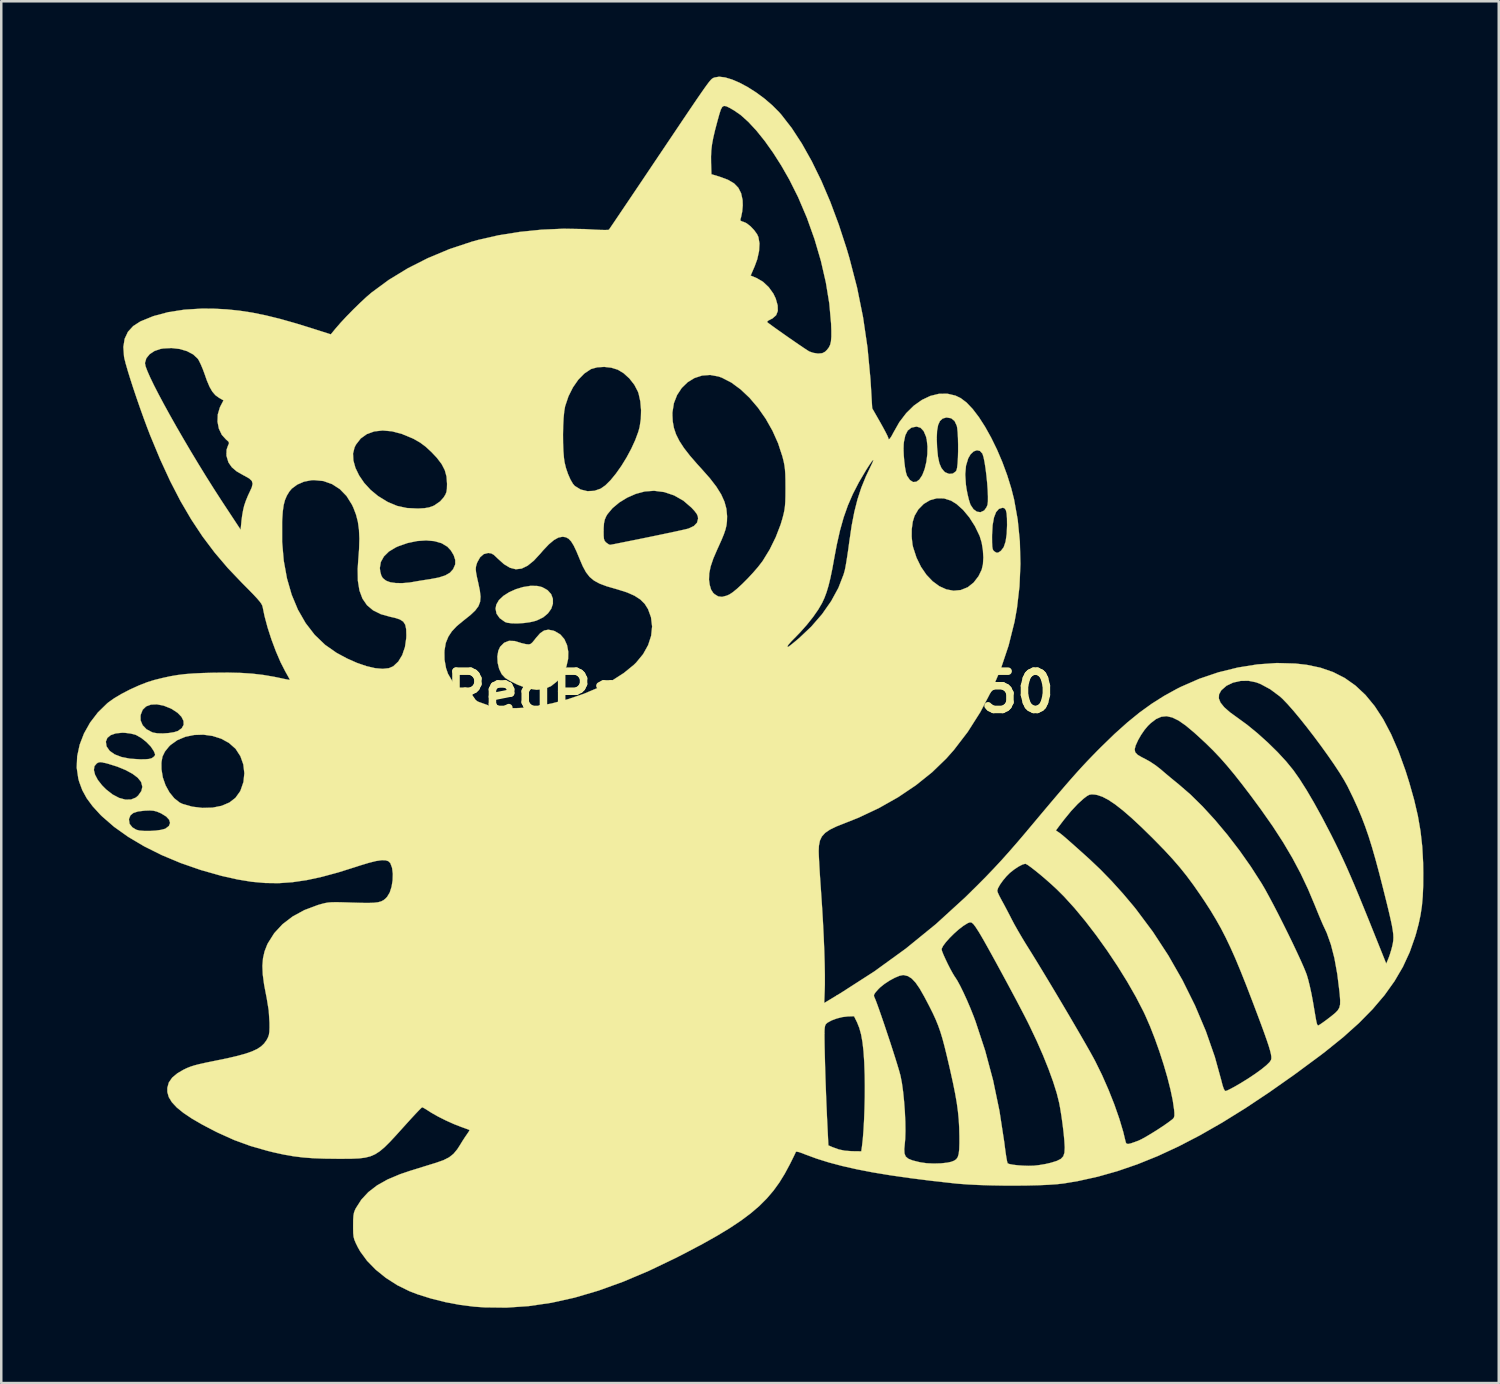
<source format=kicad_pcb>
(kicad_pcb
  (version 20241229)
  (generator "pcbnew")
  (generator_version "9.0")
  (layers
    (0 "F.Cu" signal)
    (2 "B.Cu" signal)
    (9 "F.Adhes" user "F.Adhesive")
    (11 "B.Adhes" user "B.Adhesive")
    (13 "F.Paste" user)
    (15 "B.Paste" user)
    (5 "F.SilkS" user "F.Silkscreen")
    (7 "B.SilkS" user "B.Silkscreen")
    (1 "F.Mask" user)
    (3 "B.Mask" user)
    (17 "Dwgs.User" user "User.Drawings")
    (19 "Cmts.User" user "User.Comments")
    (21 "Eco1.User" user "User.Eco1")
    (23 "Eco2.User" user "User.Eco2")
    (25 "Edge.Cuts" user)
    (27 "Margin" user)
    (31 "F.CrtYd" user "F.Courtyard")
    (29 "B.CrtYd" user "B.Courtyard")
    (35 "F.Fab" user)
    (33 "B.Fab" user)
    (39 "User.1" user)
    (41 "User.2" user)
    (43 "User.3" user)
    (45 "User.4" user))
  (footprint "RedPandaSitting_550"
    (layer "F.Cu")
    (at 26.831 24.516)
    (property "Reference" "RedPandaSitting_550" (at 0 0 0) (layer "F.SilkS") (effects (font (size 1.524 1.524) (thickness 0.3))))
    (attr through_hole)
    (fp_poly (pts (xy -8.493 -4.23) (xy -8.291 -4.183) (xy -8.074 -4.062) (xy -7.931 -3.903) (xy -7.861 -3.718) (xy -7.86 -3.521) (xy -7.926 -3.323) (xy -8.058 -3.138) (xy -8.251 -2.977) (xy -8.504 -2.855) (xy -8.555 -2.838) (xy -8.769 -2.787) (xy -9.012 -2.753) (xy -9.261 -2.737) (xy -9.49 -2.74) (xy -9.673 -2.763) (xy -9.767 -2.794) (xy -9.98 -2.947) (xy -10.106 -3.125) (xy -10.144 -3.325) (xy -10.114 -3.486) (xy -10.01 -3.666) (xy -9.833 -3.833) (xy -9.601 -3.981) (xy -9.332 -4.101) (xy -9.046 -4.187) (xy -8.76 -4.233) (xy -8.493 -4.23)) (stroke (width 0.01) (type solid)) (fill yes) (layer "F.SilkS"))
    (fp_poly (pts (xy -7.846 -2.45) (xy -7.784 -2.428) (xy -7.567 -2.299) (xy -7.404 -2.111) (xy -7.298 -1.875) (xy -7.248 -1.608) (xy -7.255 -1.322) (xy -7.32 -1.033) (xy -7.444 -0.754) (xy -7.627 -0.499) (xy -7.685 -0.439) (xy -7.938 -0.238) (xy -8.211 -0.124) (xy -8.511 -0.093) (xy -8.846 -0.146) (xy -8.959 -0.179) (xy -9.274 -0.3) (xy -9.574 -0.45) (xy -9.761 -0.567) (xy -9.9 -0.716) (xy -10.001 -0.925) (xy -10.06 -1.167) (xy -10.073 -1.417) (xy -10.035 -1.647) (xy -9.962 -1.806) (xy -9.805 -1.965) (xy -9.61 -2.043) (xy -9.387 -2.036) (xy -9.284 -2.006) (xy -9.117 -1.954) (xy -8.952 -1.915) (xy -8.908 -1.908) (xy -8.818 -1.901) (xy -8.75 -1.919) (xy -8.68 -1.977) (xy -8.587 -2.089) (xy -8.537 -2.155) (xy -8.369 -2.346) (xy -8.21 -2.454) (xy -8.042 -2.487) (xy -7.846 -2.45)) (stroke (width 0.01) (type solid)) (fill yes) (layer "F.SilkS"))
    (fp_poly (pts (xy -1.001 -24.482) (xy -0.723 -24.398) (xy -0.416 -24.266) (xy -0.091 -24.091) (xy 0.239 -23.88) (xy 0.564 -23.64) (xy 0.871 -23.377) (xy 1.151 -23.096) (xy 1.233 -23.003) (xy 1.65 -22.467) (xy 2.056 -21.845) (xy 2.45 -21.143) (xy 2.828 -20.369) (xy 3.187 -19.528) (xy 3.523 -18.626) (xy 3.835 -17.671) (xy 3.949 -17.285) (xy 4.253 -16.114) (xy 4.491 -14.935) (xy 4.668 -13.729) (xy 4.786 -12.474) (xy 4.806 -12.156) (xy 4.856 -11.306) (xy 5.176 -10.745) (xy 5.292 -10.537) (xy 5.389 -10.356) (xy 5.459 -10.217) (xy 5.493 -10.136) (xy 5.496 -10.125) (xy 5.512 -10.068) (xy 5.557 -10.093) (xy 5.627 -10.197) (xy 5.699 -10.333) (xy 5.937 -10.752) (xy 6.212 -11.112) (xy 6.514 -11.409) (xy 6.837 -11.638) (xy 7.172 -11.797) (xy 7.512 -11.881) (xy 7.849 -11.886) (xy 8.175 -11.809) (xy 8.381 -11.71) (xy 8.614 -11.534) (xy 8.857 -11.278) (xy 9.106 -10.952) (xy 9.354 -10.566) (xy 9.596 -10.131) (xy 9.827 -9.659) (xy 10.041 -9.158) (xy 10.232 -8.64) (xy 10.395 -8.116) (xy 10.506 -7.679) (xy 10.652 -6.861) (xy 10.737 -5.997) (xy 10.76 -5.107) (xy 10.722 -4.215) (xy 10.621 -3.341) (xy 10.525 -2.804) (xy 10.288 -1.854) (xy 9.979 -0.931) (xy 9.601 -0.044) (xy 9.161 0.797) (xy 8.662 1.582) (xy 8.11 2.302) (xy 7.806 2.645) (xy 7.241 3.191) (xy 6.597 3.707) (xy 5.887 4.185) (xy 5.121 4.618) (xy 4.311 5) (xy 3.775 5.213) (xy 3.434 5.348) (xy 3.173 5.475) (xy 2.982 5.605) (xy 2.852 5.748) (xy 2.773 5.915) (xy 2.734 6.116) (xy 2.725 6.322) (xy 2.728 6.455) (xy 2.738 6.665) (xy 2.752 6.935) (xy 2.771 7.25) (xy 2.794 7.593) (xy 2.819 7.95) (xy 2.819 7.954) (xy 2.86 8.566) (xy 2.896 9.171) (xy 2.925 9.755) (xy 2.948 10.307) (xy 2.963 10.814) (xy 2.971 11.263) (xy 2.971 11.641) (xy 2.965 11.86) (xy 2.945 12.382) (xy 3.417 12.097) (xy 4.924 12.097) (xy 4.944 12.151) (xy 4.985 12.245) (xy 5.049 12.414) (xy 5.132 12.645) (xy 5.229 12.923) (xy 5.336 13.235) (xy 5.447 13.568) (xy 5.56 13.907) (xy 5.668 14.241) (xy 5.768 14.554) (xy 5.855 14.834) (xy 5.925 15.067) (xy 5.973 15.24) (xy 5.985 15.286) (xy 6.04 15.573) (xy 6.088 15.922) (xy 6.127 16.309) (xy 6.157 16.713) (xy 6.175 17.11) (xy 6.18 17.477) (xy 6.171 17.792) (xy 6.156 17.965) (xy 6.134 18.199) (xy 6.142 18.371) (xy 6.191 18.494) (xy 6.294 18.582) (xy 6.462 18.65) (xy 6.706 18.711) (xy 6.789 18.729) (xy 7.03 18.763) (xy 7.311 18.775) (xy 7.596 18.767) (xy 7.85 18.739) (xy 8.001 18.706) (xy 8.117 18.662) (xy 8.203 18.604) (xy 8.263 18.518) (xy 8.301 18.391) (xy 8.322 18.209) (xy 8.33 17.959) (xy 8.329 17.69) (xy 8.321 17.345) (xy 8.303 17.019) (xy 8.271 16.696) (xy 8.225 16.357) (xy 8.16 15.985) (xy 8.075 15.564) (xy 7.967 15.076) (xy 7.936 14.94) (xy 7.831 14.493) (xy 7.74 14.12) (xy 7.656 13.805) (xy 7.573 13.531) (xy 7.485 13.282) (xy 7.387 13.04) (xy 7.273 12.791) (xy 7.136 12.517) (xy 6.971 12.202) (xy 6.929 12.123) (xy 6.748 11.805) (xy 6.584 11.568) (xy 6.43 11.405) (xy 6.278 11.309) (xy 6.121 11.27) (xy 6.081 11.268) (xy 5.942 11.297) (xy 5.758 11.374) (xy 5.553 11.484) (xy 5.351 11.616) (xy 5.177 11.755) (xy 5.108 11.822) (xy 4.994 11.95) (xy 4.936 12.034) (xy 4.924 12.097) (xy 3.417 12.097) (xy 3.609 11.98) (xy 4.938 11.125) (xy 6.15 10.247) (xy 7.62 10.247) (xy 7.641 10.324) (xy 7.696 10.461) (xy 7.776 10.638) (xy 7.869 10.833) (xy 7.967 11.025) (xy 8.06 11.194) (xy 8.135 11.319) (xy 8.157 11.349) (xy 8.248 11.491) (xy 8.363 11.703) (xy 8.493 11.968) (xy 8.63 12.268) (xy 8.766 12.586) (xy 8.894 12.906) (xy 8.972 13.116) (xy 9.355 14.279) (xy 9.671 15.46) (xy 9.924 16.676) (xy 10.119 17.946) (xy 10.138 18.103) (xy 10.169 18.335) (xy 10.199 18.533) (xy 10.227 18.681) (xy 10.248 18.759) (xy 10.252 18.766) (xy 10.323 18.795) (xy 10.464 18.822) (xy 10.652 18.844) (xy 10.866 18.859) (xy 11.083 18.866) (xy 11.28 18.861) (xy 11.291 18.861) (xy 11.507 18.836) (xy 11.756 18.794) (xy 11.968 18.745) (xy 12.207 18.671) (xy 12.369 18.59) (xy 12.466 18.487) (xy 12.513 18.345) (xy 12.524 18.148) (xy 12.523 18.101) (xy 12.509 17.862) (xy 12.481 17.56) (xy 12.441 17.225) (xy 12.394 16.886) (xy 12.343 16.57) (xy 12.304 16.361) (xy 12.206 15.969) (xy 12.062 15.513) (xy 11.878 15.006) (xy 11.659 14.461) (xy 11.409 13.891) (xy 11.133 13.309) (xy 11.052 13.144) (xy 10.927 12.898) (xy 10.773 12.603) (xy 10.598 12.269) (xy 10.406 11.91) (xy 10.206 11.537) (xy 10.003 11.162) (xy 9.804 10.796) (xy 9.615 10.452) (xy 9.443 10.142) (xy 9.294 9.877) (xy 9.174 9.67) (xy 9.091 9.532) (xy 9.088 9.528) (xy 8.969 9.345) (xy 8.882 9.232) (xy 8.812 9.176) (xy 8.746 9.168) (xy 8.667 9.197) (xy 8.647 9.208) (xy 8.485 9.309) (xy 8.303 9.449) (xy 8.117 9.614) (xy 7.942 9.788) (xy 7.791 9.957) (xy 7.68 10.106) (xy 7.624 10.219) (xy 7.62 10.247) (xy 6.15 10.247) (xy 6.198 10.212) (xy 7.399 9.234) (xy 8.548 8.185) (xy 8.677 8.059) (xy 8.83 7.908) (xy 9.837 7.908) (xy 9.858 7.982) (xy 9.916 8.109) (xy 9.997 8.262) (xy 10.003 8.274) (xy 10.097 8.444) (xy 10.213 8.663) (xy 10.335 8.897) (xy 10.402 9.029) (xy 10.516 9.245) (xy 10.664 9.507) (xy 10.827 9.785) (xy 10.987 10.049) (xy 11.014 10.091) (xy 11.2 10.389) (xy 11.414 10.736) (xy 11.649 11.123) (xy 11.899 11.537) (xy 12.158 11.969) (xy 12.418 12.406) (xy 12.674 12.839) (xy 12.918 13.256) (xy 13.146 13.647) (xy 13.349 14) (xy 13.523 14.305) (xy 13.659 14.551) (xy 13.738 14.698) (xy 14.011 15.253) (xy 14.266 15.833) (xy 14.498 16.418) (xy 14.697 16.987) (xy 14.855 17.517) (xy 14.939 17.865) (xy 14.959 17.941) (xy 14.992 17.985) (xy 15.052 17.995) (xy 15.157 17.972) (xy 15.321 17.915) (xy 15.457 17.865) (xy 15.584 17.805) (xy 15.765 17.705) (xy 15.981 17.576) (xy 16.212 17.432) (xy 16.437 17.284) (xy 16.636 17.146) (xy 16.789 17.031) (xy 16.826 17.001) (xy 16.872 16.947) (xy 16.892 16.872) (xy 16.891 16.749) (xy 16.88 16.626) (xy 16.827 16.259) (xy 16.736 15.827) (xy 16.615 15.349) (xy 16.467 14.84) (xy 16.299 14.32) (xy 16.116 13.805) (xy 15.924 13.313) (xy 15.727 12.862) (xy 15.662 12.724) (xy 15.361 12.14) (xy 15.012 11.53) (xy 14.626 10.908) (xy 14.212 10.289) (xy 13.782 9.688) (xy 13.346 9.12) (xy 12.913 8.598) (xy 12.495 8.138) (xy 12.211 7.855) (xy 11.998 7.658) (xy 11.776 7.462) (xy 11.558 7.276) (xy 11.355 7.111) (xy 11.181 6.976) (xy 11.048 6.881) (xy 10.966 6.837) (xy 10.955 6.835) (xy 10.845 6.864) (xy 10.691 6.943) (xy 10.516 7.058) (xy 10.344 7.194) (xy 10.338 7.199) (xy 10.199 7.338) (xy 10.063 7.501) (xy 9.947 7.665) (xy 9.867 7.808) (xy 9.837 7.908) (xy 8.83 7.908) (xy 9.05 7.691) (xy 9.387 7.351) (xy 9.7 7.024) (xy 10.006 6.695) (xy 10.317 6.347) (xy 10.649 5.966) (xy 11.015 5.536) (xy 11.037 5.509) (xy 12.171 5.509) (xy 12.284 5.583) (xy 12.337 5.62) (xy 12.407 5.676) (xy 12.503 5.756) (xy 12.632 5.867) (xy 12.802 6.017) (xy 13.019 6.21) (xy 13.292 6.455) (xy 13.516 6.657) (xy 13.943 7.062) (xy 14.394 7.526) (xy 14.847 8.028) (xy 15.282 8.544) (xy 15.364 8.647) (xy 16.032 9.541) (xy 16.65 10.487) (xy 17.213 11.472) (xy 17.713 12.481) (xy 18.145 13.503) (xy 18.501 14.523) (xy 18.753 15.436) (xy 18.81 15.658) (xy 18.858 15.799) (xy 18.901 15.871) (xy 18.933 15.887) (xy 18.999 15.864) (xy 19.125 15.802) (xy 19.295 15.711) (xy 19.49 15.598) (xy 19.503 15.591) (xy 19.825 15.392) (xy 20.114 15.199) (xy 20.361 15.02) (xy 20.555 14.862) (xy 20.686 14.733) (xy 20.74 14.65) (xy 20.753 14.594) (xy 20.753 14.518) (xy 20.737 14.415) (xy 20.704 14.278) (xy 20.651 14.098) (xy 20.575 13.87) (xy 20.475 13.586) (xy 20.348 13.238) (xy 20.191 12.819) (xy 20.003 12.322) (xy 19.995 12.301) (xy 19.752 11.669) (xy 19.53 11.112) (xy 19.325 10.619) (xy 19.129 10.179) (xy 18.938 9.778) (xy 18.746 9.405) (xy 18.545 9.049) (xy 18.332 8.695) (xy 18.099 8.334) (xy 17.931 8.084) (xy 17.651 7.682) (xy 17.384 7.322) (xy 17.114 6.985) (xy 16.825 6.651) (xy 16.501 6.3) (xy 16.126 5.915) (xy 16.028 5.816) (xy 15.581 5.378) (xy 15.185 5.009) (xy 14.837 4.708) (xy 14.531 4.469) (xy 14.263 4.29) (xy 14.028 4.167) (xy 13.822 4.097) (xy 13.73 4.08) (xy 13.602 4.071) (xy 13.506 4.086) (xy 13.409 4.139) (xy 13.277 4.239) (xy 13.043 4.451) (xy 12.778 4.735) (xy 12.496 5.079) (xy 12.375 5.237) (xy 12.171 5.509) (xy 11.037 5.509) (xy 11.244 5.262) (xy 11.644 4.785) (xy 11.993 4.371) (xy 12.298 4.012) (xy 12.567 3.698) (xy 12.807 3.423) (xy 13.026 3.177) (xy 13.23 2.953) (xy 13.429 2.741) (xy 13.628 2.534) (xy 13.835 2.322) (xy 13.879 2.279) (xy 15.309 2.279) (xy 15.332 2.395) (xy 15.425 2.494) (xy 15.595 2.594) (xy 15.712 2.652) (xy 15.919 2.767) (xy 16.144 2.916) (xy 16.339 3.068) (xy 16.344 3.072) (xy 16.509 3.214) (xy 16.716 3.388) (xy 16.932 3.565) (xy 17.059 3.668) (xy 17.527 4.073) (xy 18.014 4.552) (xy 18.509 5.092) (xy 19.002 5.68) (xy 19.481 6.303) (xy 19.935 6.947) (xy 20.354 7.6) (xy 20.374 7.632) (xy 20.507 7.86) (xy 20.664 8.147) (xy 20.841 8.479) (xy 21.029 8.843) (xy 21.222 9.225) (xy 21.415 9.614) (xy 21.6 9.994) (xy 21.77 10.354) (xy 21.921 10.68) (xy 22.044 10.958) (xy 22.133 11.176) (xy 22.167 11.268) (xy 22.223 11.46) (xy 22.285 11.713) (xy 22.348 12) (xy 22.403 12.291) (xy 22.418 12.377) (xy 22.471 12.692) (xy 22.511 12.927) (xy 22.541 13.093) (xy 22.566 13.199) (xy 22.589 13.256) (xy 22.614 13.275) (xy 22.644 13.266) (xy 22.683 13.24) (xy 22.711 13.222) (xy 22.81 13.154) (xy 22.952 13.051) (xy 23.106 12.933) (xy 23.116 12.926) (xy 23.278 12.794) (xy 23.39 12.684) (xy 23.458 12.574) (xy 23.491 12.443) (xy 23.494 12.27) (xy 23.477 12.035) (xy 23.466 11.928) (xy 23.379 11.225) (xy 23.266 10.599) (xy 23.126 10.055) (xy 22.962 9.594) (xy 22.872 9.399) (xy 22.813 9.274) (xy 22.731 9.085) (xy 22.634 8.854) (xy 22.531 8.601) (xy 22.485 8.487) (xy 22.213 7.841) (xy 21.918 7.218) (xy 21.591 6.603) (xy 21.224 5.982) (xy 20.809 5.342) (xy 20.336 4.668) (xy 19.942 4.133) (xy 19.591 3.673) (xy 19.278 3.276) (xy 18.989 2.928) (xy 18.713 2.615) (xy 18.436 2.323) (xy 18.146 2.038) (xy 17.83 1.746) (xy 17.668 1.6) (xy 17.342 1.328) (xy 17.059 1.131) (xy 16.808 1.009) (xy 16.582 0.958) (xy 16.37 0.98) (xy 16.163 1.071) (xy 15.952 1.232) (xy 15.834 1.346) (xy 15.702 1.504) (xy 15.564 1.705) (xy 15.448 1.907) (xy 15.443 1.918) (xy 15.348 2.126) (xy 15.309 2.279) (xy 13.879 2.279) (xy 13.967 2.19) (xy 14.509 1.664) (xy 15.019 1.207) (xy 15.508 0.809) (xy 15.991 0.461) (xy 16.326 0.249) (xy 18.661 0.249) (xy 18.728 0.417) (xy 18.876 0.601) (xy 19.106 0.804) (xy 19.406 1.021) (xy 19.793 1.303) (xy 20.201 1.637) (xy 20.609 2.004) (xy 20.997 2.384) (xy 21.344 2.76) (xy 21.63 3.11) (xy 21.63 3.11) (xy 21.88 3.466) (xy 22.156 3.901) (xy 22.453 4.407) (xy 22.767 4.976) (xy 23.093 5.601) (xy 23.134 5.68) (xy 23.295 6.002) (xy 23.446 6.312) (xy 23.592 6.622) (xy 23.739 6.943) (xy 23.89 7.287) (xy 24.052 7.664) (xy 24.228 8.085) (xy 24.424 8.564) (xy 24.646 9.11) (xy 24.805 9.507) (xy 25.329 10.813) (xy 25.414 10.613) (xy 25.471 10.457) (xy 25.531 10.26) (xy 25.569 10.114) (xy 25.593 10) (xy 25.609 9.89) (xy 25.614 9.775) (xy 25.609 9.644) (xy 25.589 9.487) (xy 25.556 9.293) (xy 25.505 9.054) (xy 25.437 8.758) (xy 25.349 8.395) (xy 25.239 7.956) (xy 25.21 7.839) (xy 25.051 7.215) (xy 24.904 6.668) (xy 24.765 6.184) (xy 24.629 5.748) (xy 24.49 5.347) (xy 24.345 4.967) (xy 24.188 4.594) (xy 24.015 4.214) (xy 23.819 3.813) (xy 23.786 3.745) (xy 23.651 3.502) (xy 23.47 3.207) (xy 23.25 2.874) (xy 23 2.514) (xy 22.731 2.14) (xy 22.45 1.763) (xy 22.167 1.396) (xy 21.892 1.051) (xy 21.633 0.74) (xy 21.399 0.475) (xy 21.2 0.268) (xy 21.095 0.172) (xy 20.71 -0.115) (xy 20.328 -0.321) (xy 20.141 -0.393) (xy 19.836 -0.453) (xy 19.525 -0.447) (xy 19.229 -0.38) (xy 18.969 -0.256) (xy 18.767 -0.08) (xy 18.753 -0.063) (xy 18.67 0.09) (xy 18.661 0.249) (xy 16.326 0.249) (xy 16.481 0.151) (xy 16.992 -0.131) (xy 17.149 -0.21) (xy 17.879 -0.53) (xy 18.64 -0.788) (xy 19.419 -0.98) (xy 20.2 -1.105) (xy 20.968 -1.159) (xy 21.71 -1.139) (xy 22.167 -1.087) (xy 22.711 -0.973) (xy 23.213 -0.799) (xy 23.677 -0.563) (xy 24.105 -0.26) (xy 24.501 0.111) (xy 24.867 0.555) (xy 25.207 1.075) (xy 25.522 1.674) (xy 25.818 2.356) (xy 26.095 3.124) (xy 26.246 3.602) (xy 26.44 4.289) (xy 26.588 4.925) (xy 26.694 5.537) (xy 26.763 6.151) (xy 26.798 6.794) (xy 26.804 7.204) (xy 26.801 7.702) (xy 26.783 8.132) (xy 26.749 8.515) (xy 26.695 8.874) (xy 26.619 9.233) (xy 26.517 9.614) (xy 26.478 9.744) (xy 26.264 10.353) (xy 25.993 10.94) (xy 25.659 11.51) (xy 25.259 12.07) (xy 24.787 12.625) (xy 24.24 13.181) (xy 23.612 13.744) (xy 22.9 14.318) (xy 22.719 14.457) (xy 21.668 15.234) (xy 20.666 15.939) (xy 19.71 16.575) (xy 18.793 17.144) (xy 17.91 17.649) (xy 17.057 18.092) (xy 16.229 18.476) (xy 15.419 18.803) (xy 14.624 19.076) (xy 13.838 19.298) (xy 13.056 19.471) (xy 12.492 19.566) (xy 12.22 19.597) (xy 11.872 19.621) (xy 11.464 19.639) (xy 11.012 19.65) (xy 10.532 19.654) (xy 10.04 19.652) (xy 9.552 19.643) (xy 9.085 19.628) (xy 8.653 19.606) (xy 8.274 19.578) (xy 8.151 19.566) (xy 7.211 19.461) (xy 6.357 19.353) (xy 5.581 19.242) (xy 4.878 19.126) (xy 4.239 19.002) (xy 3.66 18.871) (xy 3.132 18.731) (xy 2.649 18.58) (xy 2.204 18.417) (xy 2.082 18.368) (xy 1.94 18.318) (xy 1.844 18.3) (xy 1.816 18.311) (xy 1.79 18.369) (xy 1.731 18.491) (xy 1.65 18.656) (xy 1.578 18.8) (xy 1.374 19.18) (xy 1.158 19.531) (xy 0.921 19.858) (xy 0.657 20.167) (xy 0.359 20.465) (xy 0.02 20.755) (xy -0.367 21.045) (xy -0.809 21.34) (xy -1.312 21.645) (xy -1.884 21.967) (xy -2.532 22.31) (xy -2.979 22.539) (xy -4.041 23.048) (xy -5.062 23.48) (xy -6.045 23.835) (xy -6.996 24.115) (xy -7.921 24.32) (xy -8.824 24.452) (xy -9.711 24.513) (xy -10.587 24.503) (xy -10.999 24.474) (xy -11.562 24.403) (xy -12.145 24.293) (xy -12.719 24.149) (xy -13.254 23.981) (xy -13.577 23.856) (xy -14.06 23.618) (xy -14.51 23.33) (xy -14.915 23.003) (xy -15.261 22.649) (xy -15.533 22.279) (xy -15.633 22.102) (xy -15.715 21.935) (xy -15.768 21.807) (xy -15.799 21.689) (xy -15.813 21.55) (xy -15.817 21.363) (xy -15.817 21.248) (xy -15.815 21.017) (xy -15.804 20.852) (xy -15.782 20.73) (xy -15.744 20.626) (xy -15.707 20.551) (xy -15.489 20.212) (xy -15.21 19.912) (xy -14.865 19.646) (xy -14.446 19.41) (xy -13.948 19.2) (xy -13.564 19.07) (xy -13.289 18.985) (xy -12.997 18.894) (xy -12.723 18.809) (xy -12.511 18.744) (xy -12.219 18.641) (xy -11.996 18.528) (xy -11.82 18.389) (xy -11.668 18.206) (xy -11.564 18.044) (xy -11.46 17.874) (xy -11.355 17.713) (xy -11.28 17.604) (xy -11.213 17.506) (xy -11.182 17.446) (xy -11.183 17.439) (xy -11.231 17.418) (xy -11.343 17.377) (xy -11.494 17.322) (xy -11.499 17.321) (xy -11.802 17.203) (xy -12.126 17.057) (xy -12.438 16.9) (xy -12.706 16.748) (xy -12.785 16.697) (xy -12.918 16.612) (xy -13.021 16.553) (xy -13.068 16.533) (xy -13.108 16.566) (xy -13.2 16.658) (xy -13.335 16.8) (xy -13.504 16.982) (xy -13.697 17.195) (xy -13.809 17.319) (xy -14.105 17.647) (xy -14.352 17.913) (xy -14.565 18.124) (xy -14.756 18.285) (xy -14.94 18.404) (xy -15.129 18.486) (xy -15.338 18.539) (xy -15.579 18.569) (xy -15.867 18.582) (xy -16.215 18.585) (xy -16.441 18.585) (xy -16.962 18.579) (xy -17.414 18.562) (xy -17.82 18.531) (xy -18.203 18.483) (xy -18.585 18.416) (xy -18.99 18.327) (xy -19.228 18.268) (xy -19.909 18.073) (xy -20.551 17.839) (xy -21.195 17.549) (xy -21.307 17.494) (xy -21.815 17.229) (xy -22.239 16.983) (xy -22.58 16.754) (xy -22.845 16.538) (xy -23.037 16.33) (xy -23.159 16.128) (xy -23.216 15.927) (xy -23.217 15.761) (xy -23.157 15.546) (xy -23.024 15.354) (xy -22.812 15.177) (xy -22.576 15.04) (xy -22.438 14.973) (xy -22.295 14.916) (xy -22.132 14.864) (xy -21.93 14.812) (xy -21.673 14.755) (xy -21.343 14.688) (xy -21.31 14.681) (xy -20.83 14.583) (xy -20.433 14.49) (xy -20.109 14.401) (xy -19.85 14.311) (xy -19.645 14.216) (xy -19.485 14.112) (xy -19.363 13.996) (xy -19.267 13.864) (xy -19.255 13.844) (xy -19.204 13.744) (xy -19.171 13.647) (xy -19.165 13.608) (xy 2.955 13.608) (xy 2.956 13.813) (xy 2.96 14.086) (xy 2.968 14.438) (xy 2.97 14.513) (xy 2.981 14.929) (xy 2.995 15.398) (xy 3.013 15.886) (xy 3.031 16.359) (xy 3.05 16.782) (xy 3.054 16.888) (xy 3.111 18.051) (xy 3.276 18.122) (xy 3.523 18.212) (xy 3.767 18.263) (xy 4.051 18.283) (xy 4.093 18.284) (xy 4.421 18.288) (xy 4.449 18.092) (xy 4.482 17.805) (xy 4.51 17.445) (xy 4.533 17.033) (xy 4.55 16.587) (xy 4.561 16.127) (xy 4.563 15.674) (xy 4.558 15.263) (xy 4.54 14.746) (xy 4.511 14.309) (xy 4.47 13.943) (xy 4.415 13.636) (xy 4.344 13.377) (xy 4.256 13.156) (xy 4.24 13.123) (xy 4.133 12.908) (xy 3.879 12.916) (xy 3.669 12.941) (xy 3.446 12.997) (xy 3.241 13.073) (xy 3.082 13.16) (xy 3.024 13.209) (xy 2.999 13.243) (xy 2.98 13.288) (xy 2.967 13.357) (xy 2.958 13.46) (xy 2.955 13.608) (xy -19.165 13.608) (xy -19.153 13.529) (xy -19.147 13.363) (xy -19.148 13.162) (xy -19.178 12.679) (xy -19.263 12.159) (xy -19.274 12.109) (xy -19.363 11.641) (xy -19.416 11.243) (xy -19.43 10.9) (xy -19.406 10.599) (xy -19.344 10.325) (xy -19.242 10.063) (xy -19.208 9.994) (xy -18.957 9.597) (xy -18.628 9.243) (xy -18.227 8.936) (xy -17.76 8.681) (xy -17.233 8.483) (xy -17.194 8.471) (xy -17.053 8.431) (xy -16.933 8.401) (xy -16.818 8.381) (xy -16.69 8.37) (xy -16.531 8.366) (xy -16.325 8.368) (xy -16.054 8.376) (xy -15.854 8.383) (xy -15.492 8.393) (xy -15.208 8.396) (xy -14.991 8.388) (xy -14.827 8.369) (xy -14.703 8.335) (xy -14.606 8.285) (xy -14.523 8.217) (xy -14.462 8.152) (xy -14.359 7.981) (xy -14.286 7.753) (xy -14.244 7.495) (xy -14.236 7.235) (xy -14.265 6.999) (xy -14.333 6.816) (xy -14.341 6.803) (xy -14.415 6.732) (xy -14.53 6.696) (xy -14.692 6.694) (xy -14.911 6.727) (xy -15.194 6.798) (xy -15.55 6.906) (xy -15.69 6.952) (xy -16.407 7.178) (xy -17.061 7.355) (xy -17.664 7.486) (xy -18.232 7.569) (xy -18.778 7.608) (xy -19.316 7.601) (xy -19.86 7.552) (xy -20.425 7.459) (xy -21.024 7.325) (xy -21.058 7.317) (xy -21.891 7.081) (xy -22.688 6.804) (xy -23.44 6.489) (xy -24.138 6.141) (xy -24.774 5.764) (xy -25.337 5.364) (xy -25.667 5.077) (xy -24.745 5.077) (xy -24.72 5.246) (xy -24.608 5.386) (xy -24.453 5.48) (xy -24.324 5.513) (xy -24.132 5.528) (xy -23.907 5.528) (xy -23.677 5.514) (xy -23.47 5.485) (xy -23.316 5.445) (xy -23.286 5.432) (xy -23.153 5.329) (xy -23.107 5.21) (xy -23.144 5.082) (xy -23.261 4.954) (xy -23.457 4.833) (xy -23.492 4.816) (xy -23.639 4.755) (xy -23.767 4.723) (xy -23.914 4.713) (xy -24.114 4.72) (xy -24.381 4.751) (xy -24.568 4.811) (xy -24.684 4.905) (xy -24.74 5.039) (xy -24.745 5.077) (xy -25.667 5.077) (xy -25.819 4.945) (xy -25.886 4.879) (xy -26.193 4.543) (xy -26.428 4.225) (xy -26.603 3.905) (xy -26.729 3.564) (xy -26.762 3.442) (xy -26.812 3.102) (xy -26.142 3.102) (xy -26.096 3.288) (xy -25.986 3.495) (xy -25.815 3.714) (xy -25.659 3.871) (xy -25.397 4.076) (xy -25.136 4.213) (xy -24.887 4.28) (xy -24.661 4.276) (xy -24.469 4.198) (xy -24.376 4.116) (xy -24.251 3.939) (xy -24.211 3.772) (xy -24.253 3.6) (xy -24.273 3.559) (xy -24.398 3.406) (xy -24.603 3.252) (xy -24.877 3.103) (xy -25.207 2.967) (xy -25.581 2.85) (xy -25.645 2.833) (xy -25.799 2.797) (xy -23.452 2.797) (xy -23.45 3.071) (xy -23.397 3.396) (xy -23.288 3.709) (xy -23.132 3.992) (xy -22.941 4.227) (xy -22.726 4.397) (xy -22.613 4.451) (xy -22.227 4.561) (xy -21.818 4.611) (xy -21.415 4.6) (xy -21.052 4.527) (xy -20.743 4.395) (xy -20.504 4.21) (xy -20.326 3.963) (xy -20.3 3.913) (xy -20.185 3.58) (xy -20.149 3.229) (xy -20.19 2.88) (xy -20.306 2.552) (xy -20.493 2.264) (xy -20.506 2.249) (xy -20.763 2.022) (xy -21.072 1.853) (xy -21.417 1.744) (xy -21.78 1.694) (xy -22.145 1.705) (xy -22.496 1.777) (xy -22.816 1.91) (xy -23.09 2.105) (xy -23.152 2.167) (xy -23.313 2.367) (xy -23.41 2.567) (xy -23.452 2.797) (xy -25.799 2.797) (xy -25.801 2.797) (xy -25.9 2.788) (xy -25.972 2.806) (xy -26.026 2.838) (xy -26.12 2.948) (xy -26.142 3.102) (xy -26.812 3.102) (xy -26.826 3.006) (xy -26.807 2.553) (xy -26.708 2.095) (xy -26.661 1.971) (xy -25.665 1.971) (xy -25.64 2.146) (xy -25.631 2.17) (xy -25.511 2.341) (xy -25.312 2.48) (xy -25.04 2.584) (xy -24.705 2.65) (xy -24.313 2.675) (xy -24.308 2.676) (xy -24.093 2.673) (xy -23.947 2.661) (xy -23.851 2.636) (xy -23.783 2.595) (xy -23.719 2.537) (xy -23.703 2.483) (xy -23.733 2.398) (xy -23.76 2.34) (xy -23.877 2.164) (xy -24.052 1.984) (xy -24.255 1.824) (xy -24.457 1.709) (xy -24.508 1.69) (xy -24.681 1.648) (xy -24.887 1.622) (xy -25.004 1.616) (xy -25.27 1.642) (xy -25.473 1.713) (xy -25.607 1.824) (xy -25.665 1.971) (xy -26.661 1.971) (xy -26.535 1.645) (xy -26.292 1.212) (xy -26.067 0.919) (xy -24.284 0.919) (xy -24.281 1.127) (xy -24.199 1.319) (xy -24.044 1.48) (xy -23.823 1.597) (xy -23.778 1.612) (xy -23.611 1.64) (xy -23.393 1.645) (xy -23.16 1.629) (xy -22.948 1.595) (xy -22.798 1.548) (xy -22.642 1.437) (xy -22.567 1.3) (xy -22.572 1.146) (xy -22.652 0.984) (xy -22.807 0.824) (xy -23.031 0.676) (xy -23.078 0.651) (xy -23.364 0.537) (xy -23.632 0.486) (xy -23.868 0.496) (xy -24.061 0.568) (xy -24.197 0.7) (xy -24.201 0.707) (xy -24.284 0.919) (xy -26.067 0.919) (xy -25.984 0.81) (xy -25.614 0.449) (xy -25.572 0.414) (xy -25.338 0.247) (xy -25.04 0.07) (xy -24.703 -0.105) (xy -24.353 -0.264) (xy -24.014 -0.397) (xy -23.737 -0.483) (xy -23.403 -0.566) (xy -23.101 -0.632) (xy -22.812 -0.681) (xy -22.515 -0.718) (xy -22.187 -0.743) (xy -21.809 -0.761) (xy -21.38 -0.773) (xy -20.802 -0.778) (xy -20.294 -0.766) (xy -19.833 -0.736) (xy -19.396 -0.685) (xy -18.962 -0.611) (xy -18.715 -0.56) (xy -18.543 -0.523) (xy -18.411 -0.498) (xy -18.34 -0.487) (xy -18.334 -0.488) (xy -18.355 -0.531) (xy -18.411 -0.634) (xy -18.492 -0.778) (xy -18.52 -0.828) (xy -18.708 -1.196) (xy -18.894 -1.629) (xy -19.069 -2.097) (xy -19.223 -2.573) (xy -19.345 -3.029) (xy -19.418 -3.383) (xy -19.435 -3.446) (xy -19.472 -3.519) (xy -19.537 -3.609) (xy -19.636 -3.726) (xy -19.778 -3.879) (xy -19.97 -4.076) (xy -20.22 -4.328) (xy -20.245 -4.353) (xy -20.81 -4.946) (xy -21.331 -5.559) (xy -21.814 -6.2) (xy -22.265 -6.881) (xy -22.693 -7.612) (xy -23.102 -8.404) (xy -23.5 -9.267) (xy -23.893 -10.212) (xy -23.895 -10.216) (xy -24.027 -10.559) (xy -24.166 -10.934) (xy -24.306 -11.326) (xy -24.443 -11.721) (xy -24.573 -12.107) (xy -24.69 -12.47) (xy -24.791 -12.795) (xy -24.87 -13.07) (xy -24.877 -13.096) (xy -24.107 -13.096) (xy -24.083 -12.976) (xy -24.012 -12.787) (xy -23.9 -12.533) (xy -23.751 -12.224) (xy -23.567 -11.866) (xy -23.353 -11.466) (xy -23.114 -11.031) (xy -22.853 -10.568) (xy -22.574 -10.086) (xy -22.282 -9.59) (xy -21.98 -9.089) (xy -21.672 -8.588) (xy -21.362 -8.096) (xy -21.055 -7.62) (xy -20.973 -7.495) (xy -20.297 -6.469) (xy -20.267 -6.782) (xy -18.645 -6.782) (xy -18.645 -5.985) (xy -18.58 -5.232) (xy -18.452 -4.529) (xy -18.264 -3.878) (xy -18.016 -3.284) (xy -17.71 -2.751) (xy -17.349 -2.283) (xy -16.933 -1.884) (xy -16.475 -1.564) (xy -16.062 -1.342) (xy -15.663 -1.165) (xy -15.286 -1.035) (xy -14.942 -0.955) (xy -14.64 -0.928) (xy -14.391 -0.955) (xy -14.22 -1.029) (xy -14.019 -1.217) (xy -13.861 -1.477) (xy -13.808 -1.634) (xy -12.182 -1.634) (xy -12.177 -1.291) (xy -12.116 -0.953) (xy -12.038 -0.729) (xy -11.841 -0.393) (xy -11.566 -0.09) (xy -11.224 0.172) (xy -10.828 0.385) (xy -10.388 0.542) (xy -10.157 0.596) (xy -9.933 0.625) (xy -9.647 0.638) (xy -9.324 0.637) (xy -8.994 0.622) (xy -8.684 0.593) (xy -8.581 0.579) (xy -7.911 0.452) (xy -7.256 0.28) (xy -6.629 0.067) (xy -6.042 -0.181) (xy -5.506 -0.459) (xy -5.035 -0.762) (xy -4.639 -1.085) (xy -4.543 -1.179) (xy -4.268 -1.513) (xy -4.097 -1.819) (xy 1.476 -1.819) (xy 1.502 -1.803) (xy 1.52 -1.809) (xy 1.571 -1.844) (xy 1.675 -1.926) (xy 1.816 -2.042) (xy 1.941 -2.147) (xy 2.43 -2.61) (xy 2.86 -3.106) (xy 3.222 -3.624) (xy 3.511 -4.154) (xy 3.717 -4.685) (xy 3.763 -4.846) (xy 3.79 -4.974) (xy 3.825 -5.174) (xy 3.865 -5.426) (xy 3.907 -5.71) (xy 3.946 -6.004) (xy 3.972 -6.177) (xy 6.428 -6.177) (xy 6.462 -5.874) (xy 6.485 -5.771) (xy 6.62 -5.357) (xy 6.8 -4.989) (xy 7.017 -4.673) (xy 7.263 -4.415) (xy 7.53 -4.219) (xy 7.811 -4.092) (xy 8.098 -4.039) (xy 8.384 -4.066) (xy 8.661 -4.178) (xy 8.666 -4.181) (xy 8.897 -4.365) (xy 9.092 -4.619) (xy 9.216 -4.874) (xy 9.267 -5.091) (xy 9.283 -5.363) (xy 9.265 -5.66) (xy 9.217 -5.953) (xy 9.151 -6.173) (xy 9.629 -6.173) (xy 9.631 -5.948) (xy 9.638 -5.797) (xy 9.654 -5.702) (xy 9.68 -5.644) (xy 9.719 -5.607) (xy 9.802 -5.555) (xy 9.868 -5.554) (xy 9.954 -5.608) (xy 9.987 -5.634) (xy 10.093 -5.772) (xy 10.169 -5.997) (xy 10.214 -6.305) (xy 10.228 -6.65) (xy 10.224 -6.925) (xy 10.21 -7.119) (xy 10.181 -7.245) (xy 10.134 -7.316) (xy 10.067 -7.342) (xy 10.045 -7.343) (xy 9.903 -7.299) (xy 9.789 -7.169) (xy 9.706 -6.954) (xy 9.652 -6.654) (xy 9.63 -6.272) (xy 9.629 -6.173) (xy 9.151 -6.173) (xy 9.139 -6.211) (xy 9.134 -6.224) (xy 8.948 -6.61) (xy 8.725 -6.96) (xy 8.476 -7.259) (xy 8.213 -7.494) (xy 7.997 -7.627) (xy 7.716 -7.716) (xy 7.431 -7.72) (xy 7.157 -7.645) (xy 6.907 -7.495) (xy 6.694 -7.279) (xy 6.544 -7.024) (xy 6.47 -6.784) (xy 6.431 -6.491) (xy 6.428 -6.177) (xy 3.972 -6.177) (xy 4.038 -6.628) (xy 4.145 -7.18) (xy 4.271 -7.678) (xy 4.422 -8.141) (xy 4.604 -8.589) (xy 4.777 -8.953) (xy 4.861 -9.129) (xy 4.9 -9.227) (xy 4.894 -9.249) (xy 4.845 -9.196) (xy 4.757 -9.07) (xy 4.629 -8.872) (xy 4.602 -8.828) (xy 4.322 -8.352) (xy 4.086 -7.894) (xy 3.887 -7.435) (xy 3.718 -6.957) (xy 3.573 -6.439) (xy 3.443 -5.863) (xy 3.348 -5.357) (xy 3.267 -4.912) (xy 3.191 -4.543) (xy 3.116 -4.238) (xy 3.039 -3.981) (xy 2.956 -3.758) (xy 2.862 -3.554) (xy 2.86 -3.55) (xy 2.708 -3.29) (xy 2.501 -2.993) (xy 2.255 -2.684) (xy 1.988 -2.383) (xy 1.828 -2.218) (xy 1.639 -2.026) (xy 1.522 -1.893) (xy 1.476 -1.819) (xy -4.097 -1.819) (xy -4.069 -1.87) (xy -3.948 -2.241) (xy -3.909 -2.615) (xy -3.953 -2.981) (xy -4.072 -3.308) (xy -4.203 -3.516) (xy -4.379 -3.691) (xy -4.611 -3.841) (xy -4.91 -3.973) (xy -5.289 -4.093) (xy -5.359 -4.113) (xy -5.718 -4.217) (xy -6.001 -4.323) (xy -6.222 -4.443) (xy -6.398 -4.59) (xy -6.542 -4.775) (xy -6.671 -5.013) (xy -6.79 -5.291) (xy -6.92 -5.603) (xy -7.031 -5.837) (xy -7.133 -6.002) (xy -7.233 -6.108) (xy -7.338 -6.167) (xy -7.458 -6.188) (xy -7.484 -6.188) (xy -7.643 -6.156) (xy -7.82 -6.057) (xy -8.023 -5.886) (xy -8.258 -5.638) (xy -8.354 -5.525) (xy -8.621 -5.236) (xy -8.87 -5.035) (xy -9.106 -4.921) (xy -9.337 -4.894) (xy -9.57 -4.954) (xy -9.81 -5.098) (xy -10.066 -5.328) (xy -10.089 -5.351) (xy -10.212 -5.467) (xy -10.314 -5.525) (xy -10.427 -5.542) (xy -10.442 -5.542) (xy -10.614 -5.498) (xy -10.76 -5.371) (xy -10.873 -5.17) (xy -10.905 -5.077) (xy -10.927 -4.986) (xy -10.933 -4.891) (xy -10.921 -4.769) (xy -10.89 -4.6) (xy -10.837 -4.365) (xy -10.833 -4.348) (xy -10.77 -4.043) (xy -10.743 -3.799) (xy -10.76 -3.598) (xy -10.827 -3.422) (xy -10.953 -3.253) (xy -11.143 -3.073) (xy -11.405 -2.864) (xy -11.416 -2.856) (xy -11.687 -2.632) (xy -11.885 -2.422) (xy -12.025 -2.209) (xy -12.121 -1.975) (xy -12.13 -1.945) (xy -12.182 -1.634) (xy -13.808 -1.634) (xy -13.753 -1.792) (xy -13.701 -2.151) (xy -13.697 -2.263) (xy -13.704 -2.507) (xy -13.741 -2.684) (xy -13.821 -2.809) (xy -13.958 -2.897) (xy -14.166 -2.963) (xy -14.339 -3.001) (xy -14.715 -3.106) (xy -15.022 -3.259) (xy -15.265 -3.464) (xy -15.445 -3.726) (xy -15.565 -4.049) (xy -15.628 -4.438) (xy -15.636 -4.897) (xy -15.633 -4.941) (xy -14.754 -4.941) (xy -14.736 -4.797) (xy -14.694 -4.643) (xy -14.637 -4.545) (xy -14.541 -4.466) (xy -14.485 -4.43) (xy -14.334 -4.375) (xy -14.118 -4.345) (xy -13.861 -4.341) (xy -13.585 -4.364) (xy -13.44 -4.387) (xy -13.285 -4.415) (xy -13.073 -4.45) (xy -12.842 -4.486) (xy -12.742 -4.501) (xy -12.405 -4.565) (xy -12.148 -4.648) (xy -11.962 -4.755) (xy -11.836 -4.894) (xy -11.758 -5.07) (xy -11.75 -5.1) (xy -11.75 -5.266) (xy -11.812 -5.457) (xy -11.926 -5.646) (xy -12.063 -5.793) (xy -12.291 -5.931) (xy -12.578 -6.014) (xy -12.91 -6.043) (xy -13.272 -6.018) (xy -13.649 -5.939) (xy -14.026 -5.807) (xy -14.115 -5.767) (xy -14.39 -5.602) (xy -14.591 -5.404) (xy -14.715 -5.181) (xy -14.754 -4.941) (xy -15.633 -4.941) (xy -15.616 -5.208) (xy -15.58 -5.696) (xy -15.568 -6.111) (xy -15.582 -6.427) (xy -5.841 -6.427) (xy -5.839 -6.234) (xy -5.829 -6.11) (xy -5.804 -6.033) (xy -5.761 -5.978) (xy -5.733 -5.953) (xy -5.645 -5.891) (xy -5.588 -5.865) (xy -5.535 -5.874) (xy -5.403 -5.899) (xy -5.203 -5.939) (xy -4.945 -5.991) (xy -4.64 -6.052) (xy -4.3 -6.121) (xy -4.08 -6.166) (xy -3.717 -6.241) (xy -3.378 -6.312) (xy -3.074 -6.377) (xy -2.817 -6.432) (xy -2.621 -6.476) (xy -2.496 -6.506) (xy -2.462 -6.515) (xy -2.248 -6.615) (xy -2.12 -6.748) (xy -2.078 -6.911) (xy -2.09 -7.007) (xy -2.133 -7.102) (xy -2.22 -7.217) (xy -2.341 -7.348) (xy -2.665 -7.627) (xy -3.031 -7.835) (xy -3.425 -7.968) (xy -3.83 -8.02) (xy -4.202 -7.993) (xy -4.556 -7.898) (xy -4.901 -7.747) (xy -5.217 -7.553) (xy -5.487 -7.328) (xy -5.69 -7.085) (xy -5.741 -6.998) (xy -5.795 -6.871) (xy -5.826 -6.725) (xy -5.839 -6.531) (xy -5.841 -6.427) (xy -15.582 -6.427) (xy -15.584 -6.468) (xy -15.627 -6.782) (xy -15.701 -7.069) (xy -15.806 -7.344) (xy -15.863 -7.466) (xy -16.078 -7.81) (xy -16.345 -8.085) (xy -16.656 -8.286) (xy -17.002 -8.408) (xy -17.375 -8.445) (xy -17.479 -8.44) (xy -17.773 -8.383) (xy -18.041 -8.267) (xy -18.259 -8.106) (xy -18.353 -7.995) (xy -18.456 -7.827) (xy -18.531 -7.652) (xy -18.584 -7.449) (xy -18.619 -7.198) (xy -18.641 -6.88) (xy -18.645 -6.782) (xy -20.267 -6.782) (xy -20.264 -6.819) (xy -20.236 -7.036) (xy -20.196 -7.259) (xy -20.156 -7.427) (xy -20.091 -7.618) (xy -20.004 -7.83) (xy -19.947 -7.951) (xy -19.854 -8.152) (xy -19.82 -8.299) (xy -19.85 -8.411) (xy -19.952 -8.508) (xy -20.133 -8.612) (xy -20.181 -8.636) (xy -20.456 -8.793) (xy -20.649 -8.958) (xy -20.775 -9.139) (xy -20.786 -9.162) (xy -20.862 -9.415) (xy -20.86 -9.503) (xy -15.821 -9.503) (xy -15.807 -9.227) (xy -15.725 -8.931) (xy -15.579 -8.63) (xy -15.377 -8.334) (xy -15.124 -8.058) (xy -14.828 -7.813) (xy -14.819 -7.807) (xy -14.438 -7.573) (xy -14.065 -7.417) (xy -13.677 -7.333) (xy -13.246 -7.312) (xy -13.206 -7.313) (xy -12.972 -7.327) (xy -12.797 -7.356) (xy -12.646 -7.408) (xy -12.582 -7.438) (xy -12.353 -7.596) (xy -12.215 -7.751) (xy -12.143 -7.865) (xy -12.101 -7.969) (xy -12.082 -8.095) (xy -12.077 -8.275) (xy -12.077 -8.305) (xy -12.097 -8.587) (xy -12.166 -8.84) (xy -12.291 -9.083) (xy -12.482 -9.334) (xy -12.696 -9.561) (xy -12.927 -9.775) (xy -13.146 -9.938) (xy -13.391 -10.079) (xy -13.442 -10.104) (xy -13.826 -10.265) (xy -7.458 -10.265) (xy -7.455 -9.925) (xy -7.443 -9.605) (xy -7.42 -9.327) (xy -7.397 -9.16) (xy -7.34 -8.925) (xy -7.258 -8.687) (xy -7.163 -8.47) (xy -7.064 -8.3) (xy -6.992 -8.215) (xy -6.756 -8.07) (xy -6.489 -8.004) (xy -6.211 -8.017) (xy -5.957 -8.105) (xy -5.769 -8.237) (xy -5.563 -8.442) (xy -5.348 -8.705) (xy -5.132 -9.011) (xy -4.926 -9.346) (xy -4.739 -9.694) (xy -4.58 -10.041) (xy -4.458 -10.371) (xy -4.407 -10.558) (xy -4.358 -10.882) (xy -4.353 -11.06) (xy -3.102 -11.06) (xy -3.088 -10.783) (xy -3.042 -10.523) (xy -2.956 -10.267) (xy -2.825 -10.005) (xy -2.643 -9.725) (xy -2.403 -9.416) (xy -2.099 -9.066) (xy -1.938 -8.89) (xy -1.608 -8.517) (xy -1.35 -8.182) (xy -1.159 -7.876) (xy -1.028 -7.586) (xy -0.951 -7.303) (xy -0.924 -7.016) (xy -0.924 -6.982) (xy -0.929 -6.806) (xy -0.948 -6.644) (xy -0.987 -6.477) (xy -1.052 -6.287) (xy -1.147 -6.056) (xy -1.278 -5.765) (xy -1.307 -5.703) (xy -1.47 -5.326) (xy -1.578 -5.006) (xy -1.635 -4.728) (xy -1.644 -4.476) (xy -1.617 -4.277) (xy -1.562 -4.087) (xy -1.479 -3.955) (xy -1.425 -3.904) (xy -1.279 -3.814) (xy -1.124 -3.794) (xy -0.938 -3.843) (xy -0.837 -3.887) (xy -0.701 -3.975) (xy -0.523 -4.12) (xy -0.319 -4.309) (xy -0.102 -4.526) (xy 0.112 -4.756) (xy 0.309 -4.984) (xy 0.473 -5.196) (xy 0.503 -5.239) (xy 0.774 -5.681) (xy 1.015 -6.172) (xy 1.209 -6.674) (xy 1.281 -6.914) (xy 1.328 -7.094) (xy 1.361 -7.251) (xy 1.382 -7.407) (xy 1.395 -7.586) (xy 1.401 -7.809) (xy 1.403 -8.099) (xy 1.403 -8.151) (xy 1.401 -8.455) (xy 1.395 -8.689) (xy 1.382 -8.875) (xy 1.361 -9.037) (xy 1.329 -9.197) (xy 1.283 -9.377) (xy 1.279 -9.393) (xy 1.188 -9.669) (xy 6.104 -9.669) (xy 6.113 -9.433) (xy 6.134 -9.186) (xy 6.163 -8.953) (xy 6.199 -8.758) (xy 6.238 -8.628) (xy 6.243 -8.616) (xy 6.359 -8.448) (xy 6.484 -8.368) (xy 6.615 -8.378) (xy 6.735 -8.467) (xy 6.852 -8.643) (xy 6.864 -8.673) (xy 8.561 -8.673) (xy 8.588 -8.264) (xy 8.611 -8.105) (xy 8.653 -7.884) (xy 8.703 -7.676) (xy 8.754 -7.511) (xy 8.777 -7.453) (xy 8.891 -7.284) (xy 9.026 -7.187) (xy 9.169 -7.166) (xy 9.304 -7.228) (xy 9.328 -7.249) (xy 9.409 -7.364) (xy 9.449 -7.46) (xy 9.465 -7.595) (xy 9.466 -7.799) (xy 9.456 -8.052) (xy 9.435 -8.334) (xy 9.406 -8.625) (xy 9.371 -8.906) (xy 9.332 -9.157) (xy 9.291 -9.358) (xy 9.249 -9.489) (xy 9.243 -9.502) (xy 9.147 -9.607) (xy 9.027 -9.634) (xy 8.898 -9.588) (xy 8.775 -9.473) (xy 8.681 -9.313) (xy 8.592 -9.02) (xy 8.561 -8.673) (xy 6.864 -8.673) (xy 6.946 -8.886) (xy 7.015 -9.174) (xy 7.053 -9.482) (xy 7.058 -9.788) (xy 7.027 -10.068) (xy 7.017 -10.109) (xy 7.427 -10.109) (xy 7.441 -9.724) (xy 7.442 -9.714) (xy 7.476 -9.377) (xy 7.531 -9.118) (xy 7.612 -8.927) (xy 7.722 -8.79) (xy 7.769 -8.753) (xy 7.919 -8.692) (xy 8.065 -8.705) (xy 8.181 -8.786) (xy 8.213 -8.837) (xy 8.238 -8.939) (xy 8.258 -9.112) (xy 8.271 -9.337) (xy 8.278 -9.593) (xy 8.278 -9.861) (xy 8.272 -10.12) (xy 8.26 -10.349) (xy 8.241 -10.529) (xy 8.225 -10.61) (xy 8.137 -10.797) (xy 8.002 -10.908) (xy 7.823 -10.938) (xy 7.801 -10.937) (xy 7.661 -10.895) (xy 7.555 -10.799) (xy 7.482 -10.64) (xy 7.44 -10.412) (xy 7.427 -10.109) (xy 7.017 -10.109) (xy 7.001 -10.174) (xy 6.908 -10.394) (xy 6.782 -10.529) (xy 6.625 -10.577) (xy 6.436 -10.539) (xy 6.406 -10.526) (xy 6.27 -10.417) (xy 6.175 -10.231) (xy 6.119 -9.966) (xy 6.11 -9.869) (xy 6.104 -9.669) (xy 1.188 -9.669) (xy 1.11 -9.909) (xy 0.886 -10.41) (xy 0.616 -10.887) (xy 0.309 -11.327) (xy -0.028 -11.722) (xy -0.385 -12.059) (xy -0.754 -12.33) (xy -1.128 -12.523) (xy -1.265 -12.572) (xy -1.597 -12.633) (xy -1.92 -12.609) (xy -2.223 -12.51) (xy -2.496 -12.342) (xy -2.73 -12.114) (xy -2.915 -11.833) (xy -3.042 -11.509) (xy -3.099 -11.149) (xy -3.102 -11.06) (xy -4.353 -11.06) (xy -4.349 -11.234) (xy -4.379 -11.581) (xy -4.447 -11.888) (xy -4.476 -11.972) (xy -4.616 -12.24) (xy -4.814 -12.493) (xy -5.046 -12.704) (xy -5.275 -12.842) (xy -5.533 -12.922) (xy -5.817 -12.954) (xy -6.094 -12.937) (xy -6.33 -12.872) (xy -6.35 -12.863) (xy -6.607 -12.692) (xy -6.849 -12.445) (xy -7.063 -12.137) (xy -7.241 -11.782) (xy -7.37 -11.397) (xy -7.375 -11.381) (xy -7.409 -11.184) (xy -7.435 -10.917) (xy -7.451 -10.603) (xy -7.458 -10.265) (xy -13.826 -10.265) (xy -13.867 -10.282) (xy -14.268 -10.388) (xy -14.64 -10.421) (xy -14.976 -10.384) (xy -15.269 -10.278) (xy -15.514 -10.103) (xy -15.703 -9.86) (xy -15.76 -9.748) (xy -15.821 -9.503) (xy -20.86 -9.503) (xy -20.857 -9.655) (xy -20.803 -9.811) (xy -20.762 -9.903) (xy -20.77 -9.963) (xy -20.838 -10.029) (xy -20.874 -10.058) (xy -21.048 -10.25) (xy -21.164 -10.495) (xy -21.218 -10.772) (xy -21.207 -11.059) (xy -21.126 -11.335) (xy -21.098 -11.393) (xy -20.98 -11.62) (xy -21.158 -11.723) (xy -21.301 -11.826) (xy -21.423 -11.967) (xy -21.535 -12.161) (xy -21.645 -12.421) (xy -21.723 -12.645) (xy -21.802 -12.86) (xy -21.887 -13.061) (xy -21.965 -13.218) (xy -22.007 -13.283) (xy -22.189 -13.452) (xy -22.436 -13.582) (xy -22.73 -13.668) (xy -23.05 -13.705) (xy -23.377 -13.688) (xy -23.484 -13.67) (xy -23.727 -13.588) (xy -23.921 -13.46) (xy -24.052 -13.3) (xy -24.106 -13.119) (xy -24.107 -13.096) (xy -24.877 -13.096) (xy -24.924 -13.28) (xy -24.942 -13.372) (xy -24.968 -13.747) (xy -24.916 -14.073) (xy -24.785 -14.351) (xy -24.575 -14.581) (xy -24.29 -14.764) (xy -23.771 -14.976) (xy -23.183 -15.133) (xy -22.536 -15.233) (xy -21.834 -15.276) (xy -21.359 -15.272) (xy -20.849 -15.245) (xy -20.346 -15.193) (xy -19.834 -15.115) (xy -19.299 -15.006) (xy -18.725 -14.865) (xy -18.097 -14.687) (xy -17.532 -14.513) (xy -16.706 -14.25) (xy -16.517 -14.48) (xy -16.317 -14.71) (xy -16.072 -14.973) (xy -15.803 -15.247) (xy -15.531 -15.512) (xy -15.278 -15.747) (xy -15.078 -15.918) (xy -14.398 -16.418) (xy -13.646 -16.877) (xy -12.837 -17.287) (xy -11.986 -17.643) (xy -11.105 -17.936) (xy -10.836 -18.011) (xy -10.037 -18.193) (xy -9.184 -18.33) (xy -8.307 -18.419) (xy -7.435 -18.457) (xy -6.596 -18.442) (xy -6.46 -18.434) (xy -6.198 -18.419) (xy -5.968 -18.409) (xy -5.787 -18.406) (xy -5.669 -18.409) (xy -5.631 -18.416) (xy -5.601 -18.459) (xy -5.524 -18.572) (xy -5.403 -18.75) (xy -5.243 -18.987) (xy -5.049 -19.275) (xy -4.824 -19.609) (xy -4.572 -19.983) (xy -4.297 -20.391) (xy -4.005 -20.827) (xy -3.74 -21.221) (xy -3.663 -21.335) (xy -1.563 -21.335) (xy -1.561 -21.086) (xy -1.547 -20.627) (xy -1.21 -20.525) (xy -0.887 -20.405) (xy -0.646 -20.263) (xy -0.475 -20.087) (xy -0.365 -19.869) (xy -0.306 -19.601) (xy -0.299 -19.384) (xy -0.321 -19.138) (xy -0.367 -18.914) (xy -0.392 -18.837) (xy -0.389 -18.778) (xy -0.312 -18.741) (xy -0.28 -18.734) (xy -0.146 -18.674) (xy 0.006 -18.556) (xy 0.152 -18.403) (xy 0.269 -18.242) (xy 0.323 -18.127) (xy 0.367 -17.871) (xy 0.35 -17.568) (xy 0.277 -17.238) (xy 0.176 -16.962) (xy 0.015 -16.59) (xy 0.261 -16.488) (xy 0.509 -16.342) (xy 0.736 -16.128) (xy 0.921 -15.87) (xy 1.014 -15.675) (xy 1.091 -15.401) (xy 1.097 -15.182) (xy 1.03 -15.012) (xy 0.887 -14.885) (xy 0.796 -14.839) (xy 0.703 -14.789) (xy 0.67 -14.745) (xy 0.675 -14.736) (xy 0.75 -14.677) (xy 0.885 -14.578) (xy 1.065 -14.449) (xy 1.276 -14.3) (xy 1.502 -14.141) (xy 1.729 -13.984) (xy 1.942 -13.837) (xy 2.127 -13.712) (xy 2.267 -13.62) (xy 2.349 -13.569) (xy 2.353 -13.567) (xy 2.507 -13.514) (xy 2.682 -13.486) (xy 2.716 -13.485) (xy 2.866 -13.499) (xy 2.976 -13.555) (xy 3.051 -13.627) (xy 3.127 -13.723) (xy 3.181 -13.832) (xy 3.214 -13.971) (xy 3.229 -14.156) (xy 3.229 -14.402) (xy 3.219 -14.682) (xy 3.148 -15.479) (xy 3.011 -16.316) (xy 2.813 -17.177) (xy 2.559 -18.042) (xy 2.255 -18.894) (xy 1.905 -19.716) (xy 1.557 -20.411) (xy 1.239 -20.967) (xy 0.91 -21.484) (xy 0.577 -21.952) (xy 0.245 -22.365) (xy -0.078 -22.713) (xy -0.386 -22.989) (xy -0.647 -23.169) (xy -0.826 -23.272) (xy -0.956 -23.335) (xy -1.049 -23.348) (xy -1.118 -23.305) (xy -1.175 -23.196) (xy -1.233 -23.015) (xy -1.304 -22.759) (xy -1.403 -22.384) (xy -1.475 -22.076) (xy -1.524 -21.813) (xy -1.552 -21.573) (xy -1.563 -21.335) (xy -3.663 -21.335) (xy -3.359 -21.788) (xy -3.025 -22.285) (xy -2.737 -22.714) (xy -2.489 -23.082) (xy -2.279 -23.392) (xy -2.103 -23.651) (xy -1.957 -23.863) (xy -1.838 -24.033) (xy -1.743 -24.166) (xy -1.668 -24.267) (xy -1.609 -24.34) (xy -1.563 -24.392) (xy -1.527 -24.426) (xy -1.496 -24.447) (xy -1.468 -24.462) (xy -1.439 -24.474) (xy -1.426 -24.479) (xy -1.239 -24.511) (xy -1.001 -24.482)) (stroke (width 0.01) (type solid)) (fill yes) (layer "F.SilkS")))
  (gr_rect
    (start -3 -3)
    (end 56.641 52.034)
    (stroke (width 0.1) (type default))
    (fill no)
    (layer "Edge.Cuts")))
</source>
